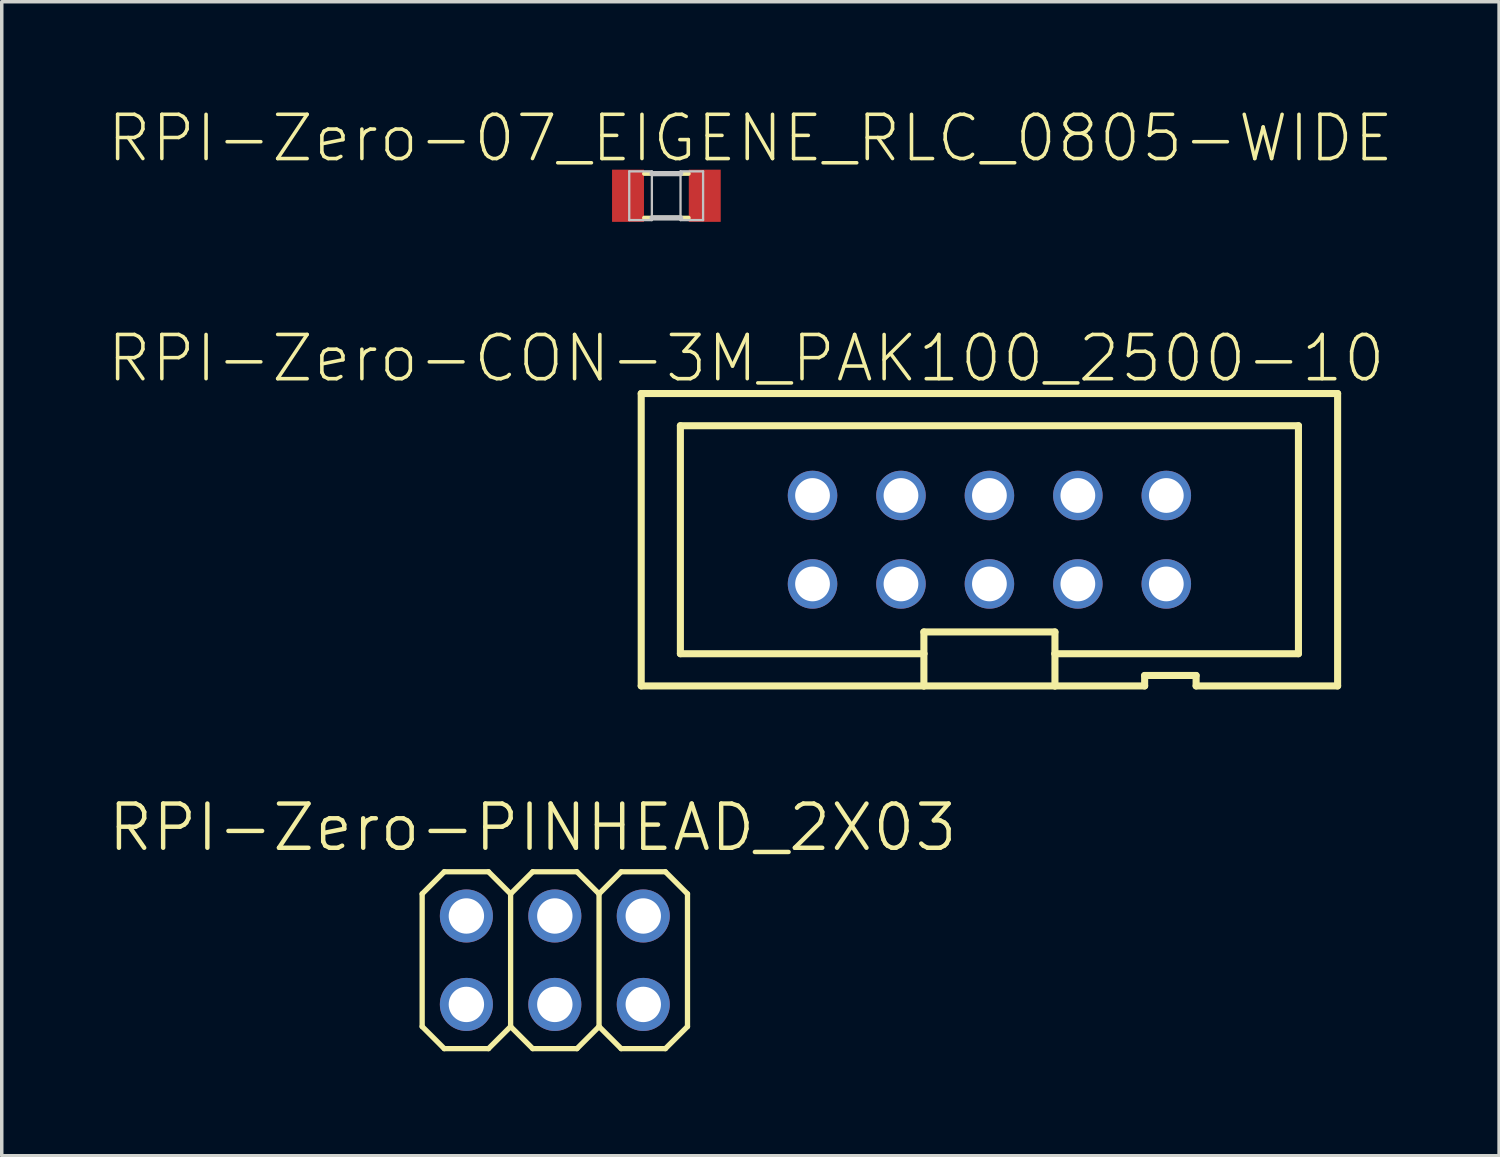
<source format=kicad_pcb>
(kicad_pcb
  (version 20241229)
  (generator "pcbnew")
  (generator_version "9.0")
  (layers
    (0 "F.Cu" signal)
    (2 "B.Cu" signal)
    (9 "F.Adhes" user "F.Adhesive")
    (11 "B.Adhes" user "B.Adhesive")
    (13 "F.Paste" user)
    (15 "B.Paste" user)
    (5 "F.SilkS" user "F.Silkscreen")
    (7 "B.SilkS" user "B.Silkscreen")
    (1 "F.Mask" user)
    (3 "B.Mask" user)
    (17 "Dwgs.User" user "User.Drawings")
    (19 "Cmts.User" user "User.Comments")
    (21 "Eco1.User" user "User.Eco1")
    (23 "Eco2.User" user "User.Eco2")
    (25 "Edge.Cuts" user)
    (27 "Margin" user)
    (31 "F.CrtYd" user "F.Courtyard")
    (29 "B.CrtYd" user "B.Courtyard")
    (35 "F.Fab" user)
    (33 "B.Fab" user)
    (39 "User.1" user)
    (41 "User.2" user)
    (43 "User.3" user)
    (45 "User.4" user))
  (footprint "RPI-Zero-07_EIGENE_RLC_0805-WIDE"
    (layer "F.Cu")
    (at 16.088 2.572)
    (property "Reference" "RPI-Zero-07_EIGENE_RLC_0805-WIDE" (at 2.413 -1.651 0) (layer "F.SilkS") (effects (font (size 1.27 1.27) (thickness 0.102))))
    (attr smd)
    (fp_line (start -0.635 -0.635) (end 0.635 -0.635) (stroke (width 0.127) (type solid)) (layer "F.SilkS"))
    (fp_line (start -0.635 0.635) (end 0.635 0.635) (stroke (width 0.127) (type solid)) (layer "F.SilkS"))
    (fp_line (start -1.067 -0.701) (end -0.417 -0.701) (stroke (width 0.066) (type solid)) (layer "Dwgs.User"))
    (fp_line (start -1.067 0.699) (end -1.067 -0.701) (stroke (width 0.066) (type solid)) (layer "Dwgs.User"))
    (fp_line (start -1.067 0.699) (end -0.417 0.699) (stroke (width 0.066) (type solid)) (layer "Dwgs.User"))
    (fp_line (start -0.417 0.699) (end -0.417 -0.701) (stroke (width 0.066) (type solid)) (layer "Dwgs.User"))
    (fp_line (start -0.409 -0.635) (end 0.409 -0.635) (stroke (width 0.152) (type solid)) (layer "Dwgs.User"))
    (fp_line (start -0.409 0.635) (end 0.409 0.635) (stroke (width 0.152) (type solid)) (layer "Dwgs.User"))
    (fp_line (start 0.406 -0.701) (end 1.054 -0.701) (stroke (width 0.066) (type solid)) (layer "Dwgs.User"))
    (fp_line (start 0.406 0.699) (end 0.406 -0.701) (stroke (width 0.066) (type solid)) (layer "Dwgs.User"))
    (fp_line (start 0.406 0.699) (end 1.054 0.699) (stroke (width 0.066) (type solid)) (layer "Dwgs.User"))
    (fp_line (start 1.054 0.699) (end 1.054 -0.701) (stroke (width 0.066) (type solid)) (layer "Dwgs.User"))
    (pad "1" smd rect (at -1.102 0) (size 0.917 1.499) (layers "F.Cu" "F.Mask" "F.Paste"))
    (pad "2" smd rect (at 1.102 0) (size 0.917 1.499) (layers "F.Cu" "F.Mask" "F.Paste")))
  (footprint "RPI-Zero-CON-3M_PAK100_2500-10"
    (layer "F.Cu")
    (at 25.365 12.45)
    (property "Reference" "RPI-Zero-CON-3M_PAK100_2500-10" (at -6.985 -5.207 0) (layer "F.SilkS") (effects (font (size 1.27 1.27) (thickness 0.102))))
    (attr exclude_from_pos_files exclude_from_bom)
    (fp_line (start -10 -4.199) (end 10 -4.199) (stroke (width 0.203) (type solid)) (layer "F.SilkS"))
    (fp_line (start -10 4.199) (end -10 -4.199) (stroke (width 0.203) (type solid)) (layer "F.SilkS"))
    (fp_line (start -8.875 -3.274) (end 8.875 -3.274) (stroke (width 0.203) (type solid)) (layer "F.SilkS"))
    (fp_line (start -8.875 3.274) (end -8.875 -3.274) (stroke (width 0.203) (type solid)) (layer "F.SilkS"))
    (fp_line (start -1.882 2.649) (end -1.882 3.274) (stroke (width 0.203) (type solid)) (layer "F.SilkS"))
    (fp_line (start -1.882 3.274) (end -8.875 3.274) (stroke (width 0.203) (type solid)) (layer "F.SilkS"))
    (fp_line (start -1.882 3.274) (end -1.882 4.199) (stroke (width 0.203) (type solid)) (layer "F.SilkS"))
    (fp_line (start -1.882 4.199) (end -10 4.199) (stroke (width 0.203) (type solid)) (layer "F.SilkS"))
    (fp_line (start 1.882 2.649) (end -1.882 2.649) (stroke (width 0.203) (type solid)) (layer "F.SilkS"))
    (fp_line (start 1.882 3.274) (end 1.882 2.649) (stroke (width 0.203) (type solid)) (layer "F.SilkS"))
    (fp_line (start 1.882 4.199) (end -1.882 4.199) (stroke (width 0.203) (type solid)) (layer "F.SilkS"))
    (fp_line (start 1.882 4.199) (end 1.882 3.274) (stroke (width 0.203) (type solid)) (layer "F.SilkS"))
    (fp_line (start 4.458 3.899) (end 4.458 4.199) (stroke (width 0.203) (type solid)) (layer "F.SilkS"))
    (fp_line (start 4.458 4.199) (end 1.882 4.199) (stroke (width 0.203) (type solid)) (layer "F.SilkS"))
    (fp_line (start 5.936 3.899) (end 4.458 3.899) (stroke (width 0.203) (type solid)) (layer "F.SilkS"))
    (fp_line (start 5.936 4.199) (end 5.936 3.899) (stroke (width 0.203) (type solid)) (layer "F.SilkS"))
    (fp_line (start 8.875 -3.274) (end 8.875 3.274) (stroke (width 0.203) (type solid)) (layer "F.SilkS"))
    (fp_line (start 8.875 3.274) (end 1.882 3.274) (stroke (width 0.203) (type solid)) (layer "F.SilkS"))
    (fp_line (start 10 -4.199) (end 10 4.199) (stroke (width 0.203) (type solid)) (layer "F.SilkS"))
    (fp_line (start 10 4.199) (end 5.936 4.199) (stroke (width 0.203) (type solid)) (layer "F.SilkS"))
    (pad "1" thru_hole circle (at -5.08 1.27) (size 1.422 1.422) (drill 0.998) (layers "*.Cu" "*.Paste" "*.Mask"))
    (pad "2" thru_hole circle (at -5.08 -1.27) (size 1.422 1.422) (drill 0.998) (layers "*.Cu" "*.Paste" "*.Mask"))
    (pad "3" thru_hole circle (at -2.54 1.27) (size 1.422 1.422) (drill 0.998) (layers "*.Cu" "*.Paste" "*.Mask"))
    (pad "4" thru_hole circle (at -2.54 -1.27) (size 1.422 1.422) (drill 0.998) (layers "*.Cu" "*.Paste" "*.Mask"))
    (pad "5" thru_hole circle (at 0 1.27) (size 1.422 1.422) (drill 0.998) (layers "*.Cu" "*.Paste" "*.Mask"))
    (pad "6" thru_hole circle (at 0 -1.27) (size 1.422 1.422) (drill 0.998) (layers "*.Cu" "*.Paste" "*.Mask"))
    (pad "7" thru_hole circle (at 2.54 1.27) (size 1.422 1.422) (drill 0.998) (layers "*.Cu" "*.Paste" "*.Mask"))
    (pad "8" thru_hole circle (at 2.54 -1.27) (size 1.422 1.422) (drill 0.998) (layers "*.Cu" "*.Paste" "*.Mask"))
    (pad "9" thru_hole circle (at 5.08 1.27) (size 1.422 1.422) (drill 0.998) (layers "*.Cu" "*.Paste" "*.Mask"))
    (pad "10" thru_hole circle (at 5.08 -1.27) (size 1.422 1.422) (drill 0.998) (layers "*.Cu" "*.Paste" "*.Mask")))
  (footprint "RPI-Zero-PINHEAD_2X03"
    (layer "F.Cu")
    (at 12.884 24.526)
    (property "Reference" "RPI-Zero-PINHEAD_2X03" (at -0.635 -3.81 0) (layer "F.SilkS") (effects (font (size 1.27 1.27) (thickness 0.127))))
    (attr exclude_from_pos_files exclude_from_bom)
    (fp_line (start -3.81 -1.905) (end -3.175 -2.54) (stroke (width 0.152) (type solid)) (layer "F.SilkS"))
    (fp_line (start -3.81 1.905) (end -3.81 -1.905) (stroke (width 0.152) (type solid)) (layer "F.SilkS"))
    (fp_line (start -3.81 1.905) (end -3.175 2.54) (stroke (width 0.152) (type solid)) (layer "F.SilkS"))
    (fp_line (start -3.175 -2.54) (end -1.905 -2.54) (stroke (width 0.152) (type solid)) (layer "F.SilkS"))
    (fp_line (start -3.175 2.54) (end -1.905 2.54) (stroke (width 0.152) (type solid)) (layer "F.SilkS"))
    (fp_line (start -1.905 -2.54) (end -1.27 -1.905) (stroke (width 0.152) (type solid)) (layer "F.SilkS"))
    (fp_line (start -1.905 2.54) (end -1.27 1.905) (stroke (width 0.152) (type solid)) (layer "F.SilkS"))
    (fp_line (start -1.27 -1.905) (end -1.27 1.905) (stroke (width 0.152) (type solid)) (layer "F.SilkS"))
    (fp_line (start -1.27 -1.905) (end -0.635 -2.54) (stroke (width 0.152) (type solid)) (layer "F.SilkS"))
    (fp_line (start -1.27 1.905) (end -0.635 2.54) (stroke (width 0.152) (type solid)) (layer "F.SilkS"))
    (fp_line (start -0.635 -2.54) (end 0.635 -2.54) (stroke (width 0.152) (type solid)) (layer "F.SilkS"))
    (fp_line (start -0.635 2.54) (end 0.635 2.54) (stroke (width 0.152) (type solid)) (layer "F.SilkS"))
    (fp_line (start 0.635 -2.54) (end 1.27 -1.905) (stroke (width 0.152) (type solid)) (layer "F.SilkS"))
    (fp_line (start 0.635 2.54) (end 1.27 1.905) (stroke (width 0.152) (type solid)) (layer "F.SilkS"))
    (fp_line (start 1.27 -1.905) (end 1.27 1.905) (stroke (width 0.152) (type solid)) (layer "F.SilkS"))
    (fp_line (start 1.27 -1.905) (end 1.905 -2.54) (stroke (width 0.152) (type solid)) (layer "F.SilkS"))
    (fp_line (start 1.27 1.905) (end 1.905 2.54) (stroke (width 0.152) (type solid)) (layer "F.SilkS"))
    (fp_line (start 1.905 -2.54) (end 3.175 -2.54) (stroke (width 0.152) (type solid)) (layer "F.SilkS"))
    (fp_line (start 1.905 2.54) (end 3.175 2.54) (stroke (width 0.152) (type solid)) (layer "F.SilkS"))
    (fp_line (start 3.175 -2.54) (end 3.81 -1.905) (stroke (width 0.152) (type solid)) (layer "F.SilkS"))
    (fp_line (start 3.175 2.54) (end 3.81 1.905) (stroke (width 0.152) (type solid)) (layer "F.SilkS"))
    (fp_line (start 3.81 -1.905) (end 3.81 1.905) (stroke (width 0.152) (type solid)) (layer "F.SilkS"))
    (fp_line (start -2.794 -1.524) (end -2.286 -1.524) (stroke (width 0.066) (type solid)) (layer "Dwgs.User"))
    (fp_line (start -2.794 -1.016) (end -2.794 -1.524) (stroke (width 0.066) (type solid)) (layer "Dwgs.User"))
    (fp_line (start -2.794 -1.016) (end -2.286 -1.016) (stroke (width 0.066) (type solid)) (layer "Dwgs.User"))
    (fp_line (start -2.794 1.016) (end -2.286 1.016) (stroke (width 0.066) (type solid)) (layer "Dwgs.User"))
    (fp_line (start -2.794 1.524) (end -2.794 1.016) (stroke (width 0.066) (type solid)) (layer "Dwgs.User"))
    (fp_line (start -2.794 1.524) (end -2.286 1.524) (stroke (width 0.066) (type solid)) (layer "Dwgs.User"))
    (fp_line (start -2.286 -1.016) (end -2.286 -1.524) (stroke (width 0.066) (type solid)) (layer "Dwgs.User"))
    (fp_line (start -2.286 1.524) (end -2.286 1.016) (stroke (width 0.066) (type solid)) (layer "Dwgs.User"))
    (fp_line (start -0.254 -1.524) (end 0.254 -1.524) (stroke (width 0.066) (type solid)) (layer "Dwgs.User"))
    (fp_line (start -0.254 -1.016) (end -0.254 -1.524) (stroke (width 0.066) (type solid)) (layer "Dwgs.User"))
    (fp_line (start -0.254 -1.016) (end 0.254 -1.016) (stroke (width 0.066) (type solid)) (layer "Dwgs.User"))
    (fp_line (start -0.254 1.016) (end 0.254 1.016) (stroke (width 0.066) (type solid)) (layer "Dwgs.User"))
    (fp_line (start -0.254 1.524) (end -0.254 1.016) (stroke (width 0.066) (type solid)) (layer "Dwgs.User"))
    (fp_line (start -0.254 1.524) (end 0.254 1.524) (stroke (width 0.066) (type solid)) (layer "Dwgs.User"))
    (fp_line (start 0.254 -1.016) (end 0.254 -1.524) (stroke (width 0.066) (type solid)) (layer "Dwgs.User"))
    (fp_line (start 0.254 1.524) (end 0.254 1.016) (stroke (width 0.066) (type solid)) (layer "Dwgs.User"))
    (fp_line (start 2.286 -1.524) (end 2.794 -1.524) (stroke (width 0.066) (type solid)) (layer "Dwgs.User"))
    (fp_line (start 2.286 -1.016) (end 2.286 -1.524) (stroke (width 0.066) (type solid)) (layer "Dwgs.User"))
    (fp_line (start 2.286 -1.016) (end 2.794 -1.016) (stroke (width 0.066) (type solid)) (layer "Dwgs.User"))
    (fp_line (start 2.286 1.016) (end 2.794 1.016) (stroke (width 0.066) (type solid)) (layer "Dwgs.User"))
    (fp_line (start 2.286 1.524) (end 2.286 1.016) (stroke (width 0.066) (type solid)) (layer "Dwgs.User"))
    (fp_line (start 2.286 1.524) (end 2.794 1.524) (stroke (width 0.066) (type solid)) (layer "Dwgs.User"))
    (fp_line (start 2.794 -1.016) (end 2.794 -1.524) (stroke (width 0.066) (type solid)) (layer "Dwgs.User"))
    (fp_line (start 2.794 1.524) (end 2.794 1.016) (stroke (width 0.066) (type solid)) (layer "Dwgs.User"))
    (pad "1" thru_hole circle (at -2.54 1.27) (size 1.524 1.524) (drill 1.016) (layers "*.Cu" "*.Paste" "*.Mask"))
    (pad "2" thru_hole circle (at -2.54 -1.27) (size 1.524 1.524) (drill 1.016) (layers "*.Cu" "*.Paste" "*.Mask"))
    (pad "3" thru_hole circle (at 0 1.27) (size 1.524 1.524) (drill 1.016) (layers "*.Cu" "*.Paste" "*.Mask"))
    (pad "4" thru_hole circle (at 0 -1.27) (size 1.524 1.524) (drill 1.016) (layers "*.Cu" "*.Paste" "*.Mask"))
    (pad "5" thru_hole circle (at 2.54 1.27) (size 1.524 1.524) (drill 1.016) (layers "*.Cu" "*.Paste" "*.Mask"))
    (pad "6" thru_hole circle (at 2.54 -1.27) (size 1.524 1.524) (drill 1.016) (layers "*.Cu" "*.Paste" "*.Mask")))
  (gr_rect
    (start -3 -3)
    (end 40.002 30.142)
    (stroke (width 0.1) (type default))
    (fill no)
    (layer "Edge.Cuts")))
</source>
